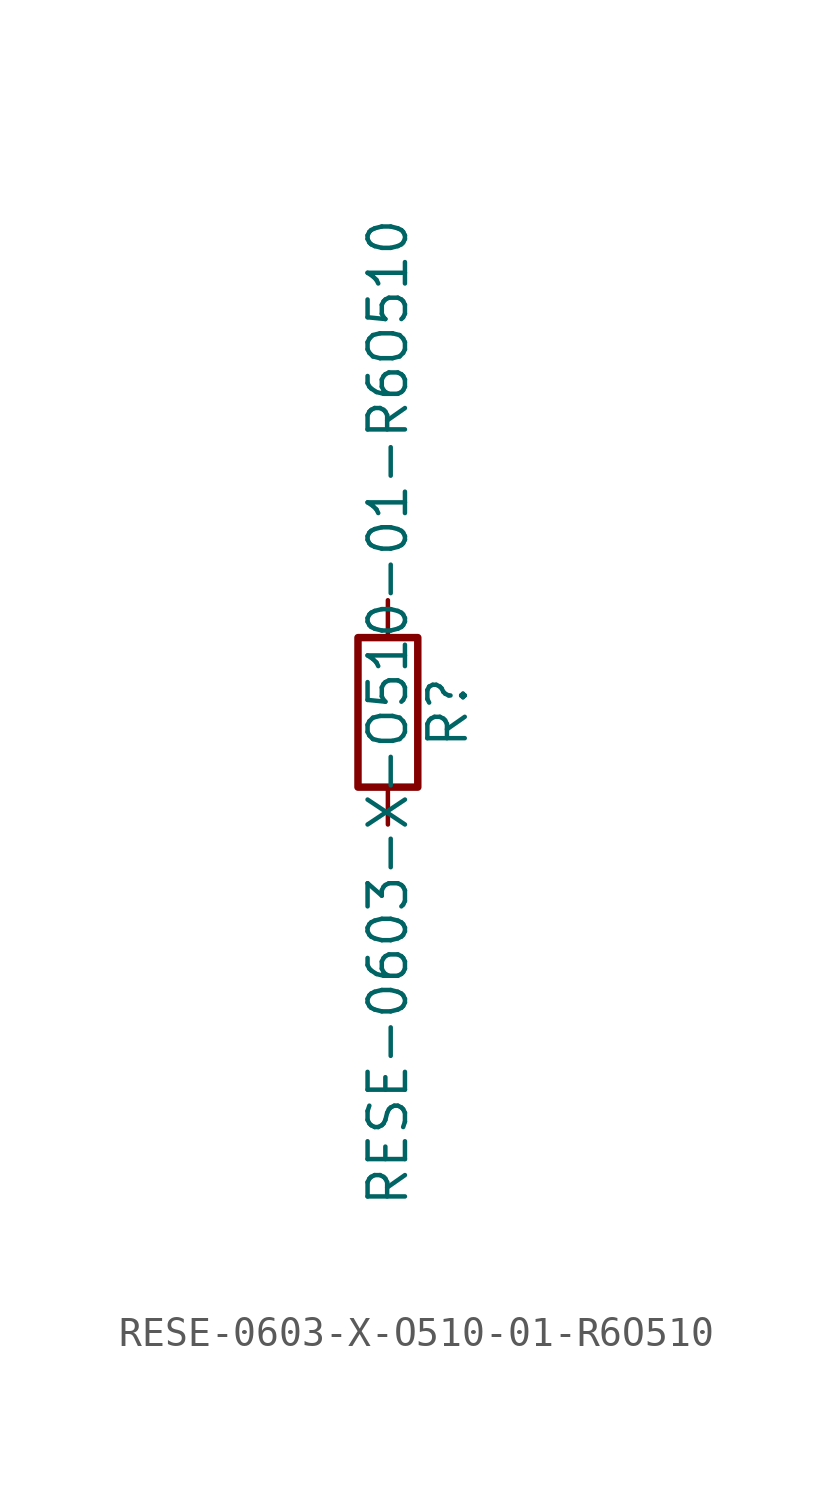
<source format=kicad_sym>
(kicad_symbol_lib
  (version 20211014)
  (generator kicad_symbol_editor)
  (symbol "RESE-0603-X-O510-01-R6O510"
    (pin_numbers hide)
    (pin_names
      (offset 0))
    (property "Reference" "R"
      (at 2.032 0 90)
      (effects (font (size 1.27 1.27))))
    (property "Value" "RESE-0603-X-O510-01-R6O510"
      (at 0 0 90)
      (effects (font (size 1.27 1.27))))
    (symbol "RESE-0603-X-O510-01-R6O510_0_1"
      (rectangle (start -1.016 -2.54) (end 1.016 2.54) (stroke (width 0.254) (type default) (color 0 0 0 0)) (fill (type none))))
    (symbol "RESE-0603-X-O510-01-R6O510_1_1"
      (pin passive line (at 0 3.81 270) (length 1.27) (name "~" (effects (font (size 1.27 1.27)))) (number "1" (effects (font (size 1.27 1.27)))))
      (pin passive line (at 0 -3.81 90) (length 1.27) (name "~" (effects (font (size 1.27 1.27)))) (number "2" (effects (font (size 1.27 1.27))))))))
</source>
